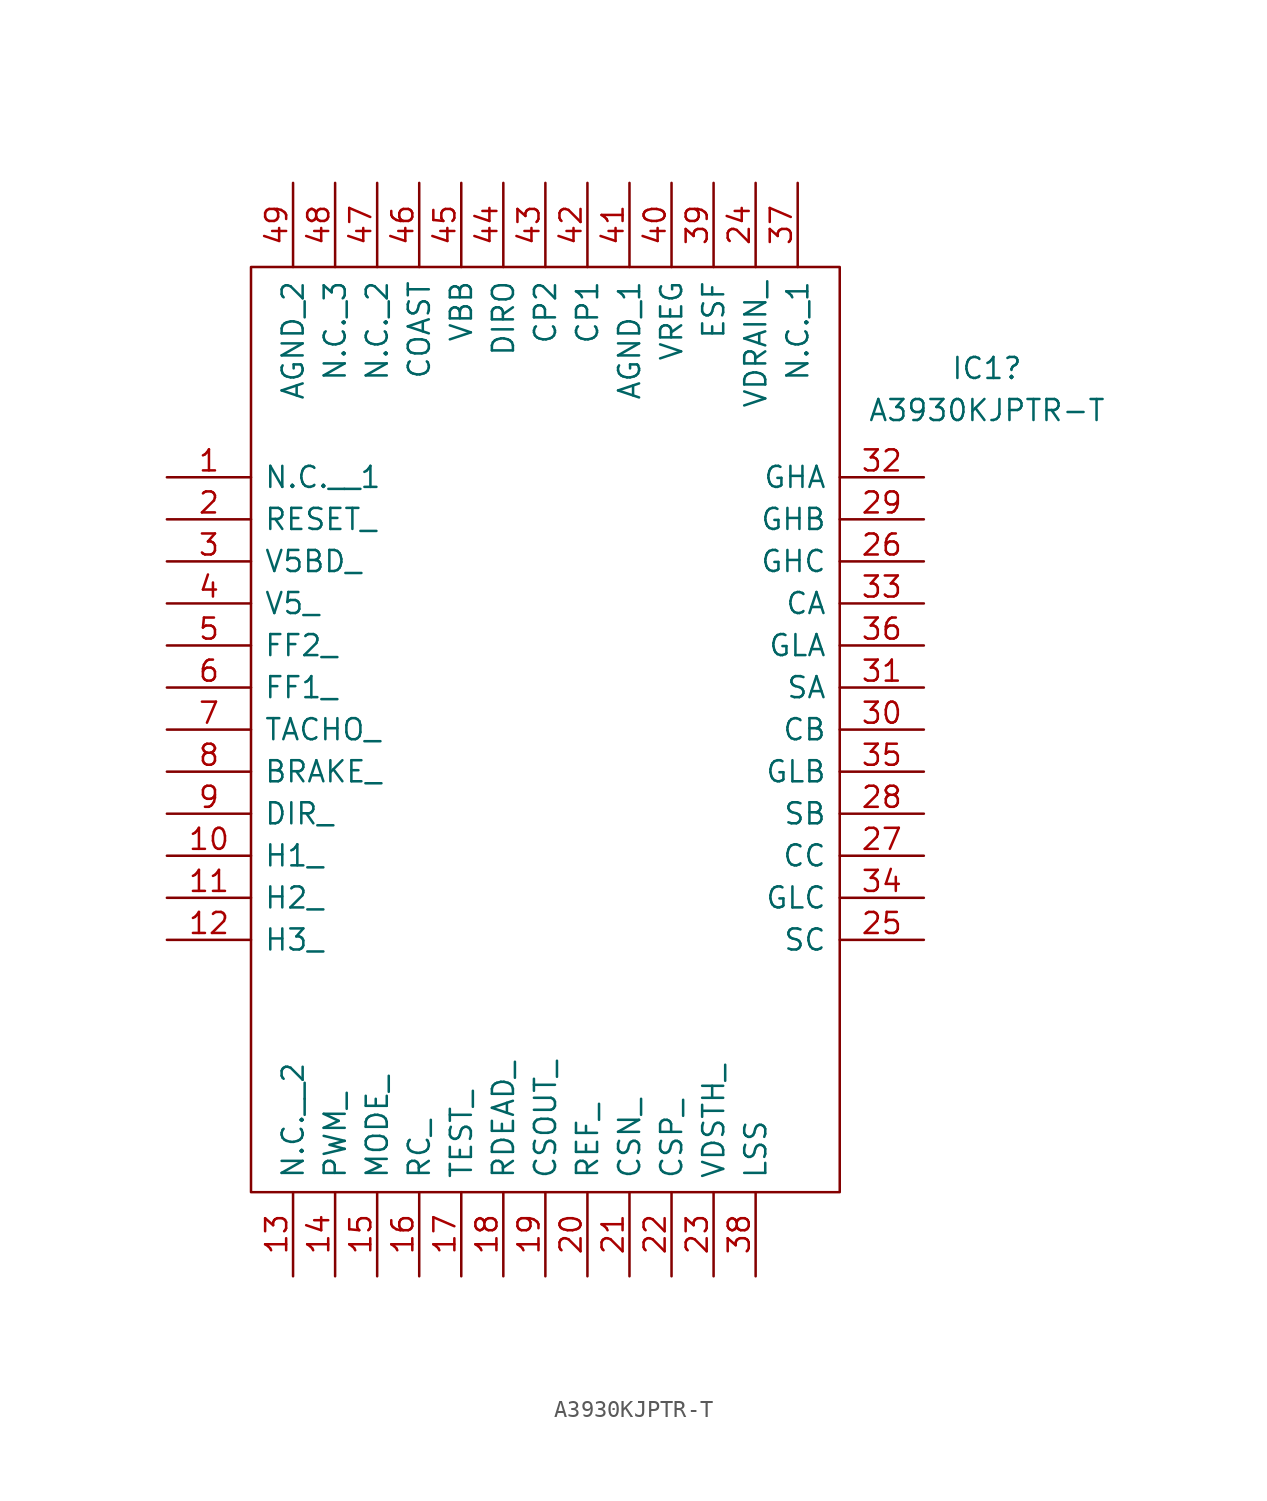
<source format=kicad_sym>
(kicad_symbol_lib
  (version 20211014)
  (generator kicad_symbol_editor)
  (symbol "A3930KJPTR-T"
    (pin_names
      (offset 0.762))
    (property "Reference" "IC1"
      (at 49.53 6.579 0)
      (effects (font (size 1.27 1.27))))
    (property "Value" "A3930KJPTR-T"
      (at 49.53 4.039 0)
      (effects (font (size 1.27 1.27))))
    (symbol "A3930KJPTR-T_0_0"
      (pin passive line (at 0 0 0) (length 5.08) (name "N.C.__1" (effects (font (size 1.27 1.27)))) (number "1" (effects (font (size 1.27 1.27)))))
      (pin passive line (at 0 -22.86 0) (length 5.08) (name "H1_" (effects (font (size 1.27 1.27)))) (number "10" (effects (font (size 1.27 1.27)))))
      (pin passive line (at 0 -25.4 0) (length 5.08) (name "H2_" (effects (font (size 1.27 1.27)))) (number "11" (effects (font (size 1.27 1.27)))))
      (pin passive line (at 0 -27.94 0) (length 5.08) (name "H3_" (effects (font (size 1.27 1.27)))) (number "12" (effects (font (size 1.27 1.27)))))
      (pin passive line (at 7.62 -48.26 90) (length 5.08) (name "N.C.__2" (effects (font (size 1.27 1.27)))) (number "13" (effects (font (size 1.27 1.27)))))
      (pin passive line (at 10.16 -48.26 90) (length 5.08) (name "PWM_" (effects (font (size 1.27 1.27)))) (number "14" (effects (font (size 1.27 1.27)))))
      (pin passive line (at 12.7 -48.26 90) (length 5.08) (name "MODE_" (effects (font (size 1.27 1.27)))) (number "15" (effects (font (size 1.27 1.27)))))
      (pin passive line (at 15.24 -48.26 90) (length 5.08) (name "RC_" (effects (font (size 1.27 1.27)))) (number "16" (effects (font (size 1.27 1.27)))))
      (pin passive line (at 17.78 -48.26 90) (length 5.08) (name "TEST_" (effects (font (size 1.27 1.27)))) (number "17" (effects (font (size 1.27 1.27)))))
      (pin passive line (at 20.32 -48.26 90) (length 5.08) (name "RDEAD_" (effects (font (size 1.27 1.27)))) (number "18" (effects (font (size 1.27 1.27)))))
      (pin passive line (at 22.86 -48.26 90) (length 5.08) (name "CSOUT_" (effects (font (size 1.27 1.27)))) (number "19" (effects (font (size 1.27 1.27)))))
      (pin passive line (at 0 -2.54 0) (length 5.08) (name "RESET_" (effects (font (size 1.27 1.27)))) (number "2" (effects (font (size 1.27 1.27)))))
      (pin passive line (at 25.4 -48.26 90) (length 5.08) (name "REF_" (effects (font (size 1.27 1.27)))) (number "20" (effects (font (size 1.27 1.27)))))
      (pin passive line (at 27.94 -48.26 90) (length 5.08) (name "CSN_" (effects (font (size 1.27 1.27)))) (number "21" (effects (font (size 1.27 1.27)))))
      (pin passive line (at 30.48 -48.26 90) (length 5.08) (name "CSP_" (effects (font (size 1.27 1.27)))) (number "22" (effects (font (size 1.27 1.27)))))
      (pin passive line (at 33.02 -48.26 90) (length 5.08) (name "VDSTH_" (effects (font (size 1.27 1.27)))) (number "23" (effects (font (size 1.27 1.27)))))
      (pin passive line (at 35.56 17.78 270) (length 5.08) (name "VDRAIN_" (effects (font (size 1.27 1.27)))) (number "24" (effects (font (size 1.27 1.27)))))
      (pin passive line (at 45.72 -27.94 180) (length 5.08) (name "SC" (effects (font (size 1.27 1.27)))) (number "25" (effects (font (size 1.27 1.27)))))
      (pin passive line (at 45.72 -5.08 180) (length 5.08) (name "GHC" (effects (font (size 1.27 1.27)))) (number "26" (effects (font (size 1.27 1.27)))))
      (pin passive line (at 45.72 -22.86 180) (length 5.08) (name "CC" (effects (font (size 1.27 1.27)))) (number "27" (effects (font (size 1.27 1.27)))))
      (pin passive line (at 45.72 -20.32 180) (length 5.08) (name "SB" (effects (font (size 1.27 1.27)))) (number "28" (effects (font (size 1.27 1.27)))))
      (pin passive line (at 45.72 -2.54 180) (length 5.08) (name "GHB" (effects (font (size 1.27 1.27)))) (number "29" (effects (font (size 1.27 1.27)))))
      (pin passive line (at 0 -5.08 0) (length 5.08) (name "V5BD_" (effects (font (size 1.27 1.27)))) (number "3" (effects (font (size 1.27 1.27)))))
      (pin passive line (at 45.72 -15.24 180) (length 5.08) (name "CB" (effects (font (size 1.27 1.27)))) (number "30" (effects (font (size 1.27 1.27)))))
      (pin passive line (at 45.72 -12.7 180) (length 5.08) (name "SA" (effects (font (size 1.27 1.27)))) (number "31" (effects (font (size 1.27 1.27)))))
      (pin passive line (at 45.72 0 180) (length 5.08) (name "GHA" (effects (font (size 1.27 1.27)))) (number "32" (effects (font (size 1.27 1.27)))))
      (pin passive line (at 45.72 -7.62 180) (length 5.08) (name "CA" (effects (font (size 1.27 1.27)))) (number "33" (effects (font (size 1.27 1.27)))))
      (pin passive line (at 45.72 -25.4 180) (length 5.08) (name "GLC" (effects (font (size 1.27 1.27)))) (number "34" (effects (font (size 1.27 1.27)))))
      (pin passive line (at 45.72 -17.78 180) (length 5.08) (name "GLB" (effects (font (size 1.27 1.27)))) (number "35" (effects (font (size 1.27 1.27)))))
      (pin passive line (at 45.72 -10.16 180) (length 5.08) (name "GLA" (effects (font (size 1.27 1.27)))) (number "36" (effects (font (size 1.27 1.27)))))
      (pin passive line (at 38.1 17.78 270) (length 5.08) (name "N.C._1" (effects (font (size 1.27 1.27)))) (number "37" (effects (font (size 1.27 1.27)))))
      (pin passive line (at 35.56 -48.26 90) (length 5.08) (name "LSS" (effects (font (size 1.27 1.27)))) (number "38" (effects (font (size 1.27 1.27)))))
      (pin passive line (at 33.02 17.78 270) (length 5.08) (name "ESF" (effects (font (size 1.27 1.27)))) (number "39" (effects (font (size 1.27 1.27)))))
      (pin passive line (at 0 -7.62 0) (length 5.08) (name "V5_" (effects (font (size 1.27 1.27)))) (number "4" (effects (font (size 1.27 1.27)))))
      (pin passive line (at 30.48 17.78 270) (length 5.08) (name "VREG" (effects (font (size 1.27 1.27)))) (number "40" (effects (font (size 1.27 1.27)))))
      (pin passive line (at 27.94 17.78 270) (length 5.08) (name "AGND_1" (effects (font (size 1.27 1.27)))) (number "41" (effects (font (size 1.27 1.27)))))
      (pin passive line (at 25.4 17.78 270) (length 5.08) (name "CP1" (effects (font (size 1.27 1.27)))) (number "42" (effects (font (size 1.27 1.27)))))
      (pin passive line (at 22.86 17.78 270) (length 5.08) (name "CP2" (effects (font (size 1.27 1.27)))) (number "43" (effects (font (size 1.27 1.27)))))
      (pin passive line (at 20.32 17.78 270) (length 5.08) (name "DIRO" (effects (font (size 1.27 1.27)))) (number "44" (effects (font (size 1.27 1.27)))))
      (pin passive line (at 17.78 17.78 270) (length 5.08) (name "VBB" (effects (font (size 1.27 1.27)))) (number "45" (effects (font (size 1.27 1.27)))))
      (pin passive line (at 15.24 17.78 270) (length 5.08) (name "COAST" (effects (font (size 1.27 1.27)))) (number "46" (effects (font (size 1.27 1.27)))))
      (pin passive line (at 12.7 17.78 270) (length 5.08) (name "N.C._2" (effects (font (size 1.27 1.27)))) (number "47" (effects (font (size 1.27 1.27)))))
      (pin passive line (at 10.16 17.78 270) (length 5.08) (name "N.C._3" (effects (font (size 1.27 1.27)))) (number "48" (effects (font (size 1.27 1.27)))))
      (pin passive line (at 7.62 17.78 270) (length 5.08) (name "AGND_2" (effects (font (size 1.27 1.27)))) (number "49" (effects (font (size 1.27 1.27)))))
      (pin passive line (at 0 -10.16 0) (length 5.08) (name "FF2_" (effects (font (size 1.27 1.27)))) (number "5" (effects (font (size 1.27 1.27)))))
      (pin passive line (at 0 -12.7 0) (length 5.08) (name "FF1_" (effects (font (size 1.27 1.27)))) (number "6" (effects (font (size 1.27 1.27)))))
      (pin passive line (at 0 -15.24 0) (length 5.08) (name "TACHO_" (effects (font (size 1.27 1.27)))) (number "7" (effects (font (size 1.27 1.27)))))
      (pin passive line (at 0 -17.78 0) (length 5.08) (name "BRAKE_" (effects (font (size 1.27 1.27)))) (number "8" (effects (font (size 1.27 1.27)))))
      (pin passive line (at 0 -20.32 0) (length 5.08) (name "DIR_" (effects (font (size 1.27 1.27)))) (number "9" (effects (font (size 1.27 1.27))))))
    (symbol "A3930KJPTR-T_0_1"
      (polyline (pts (xy 5.08 12.7) (xy 40.64 12.7) (xy 40.64 -43.18) (xy 5.08 -43.18) (xy 5.08 12.7)) (stroke (width 0.152) (type default) (color 0 0 0 0)) (fill (type none))))))
</source>
